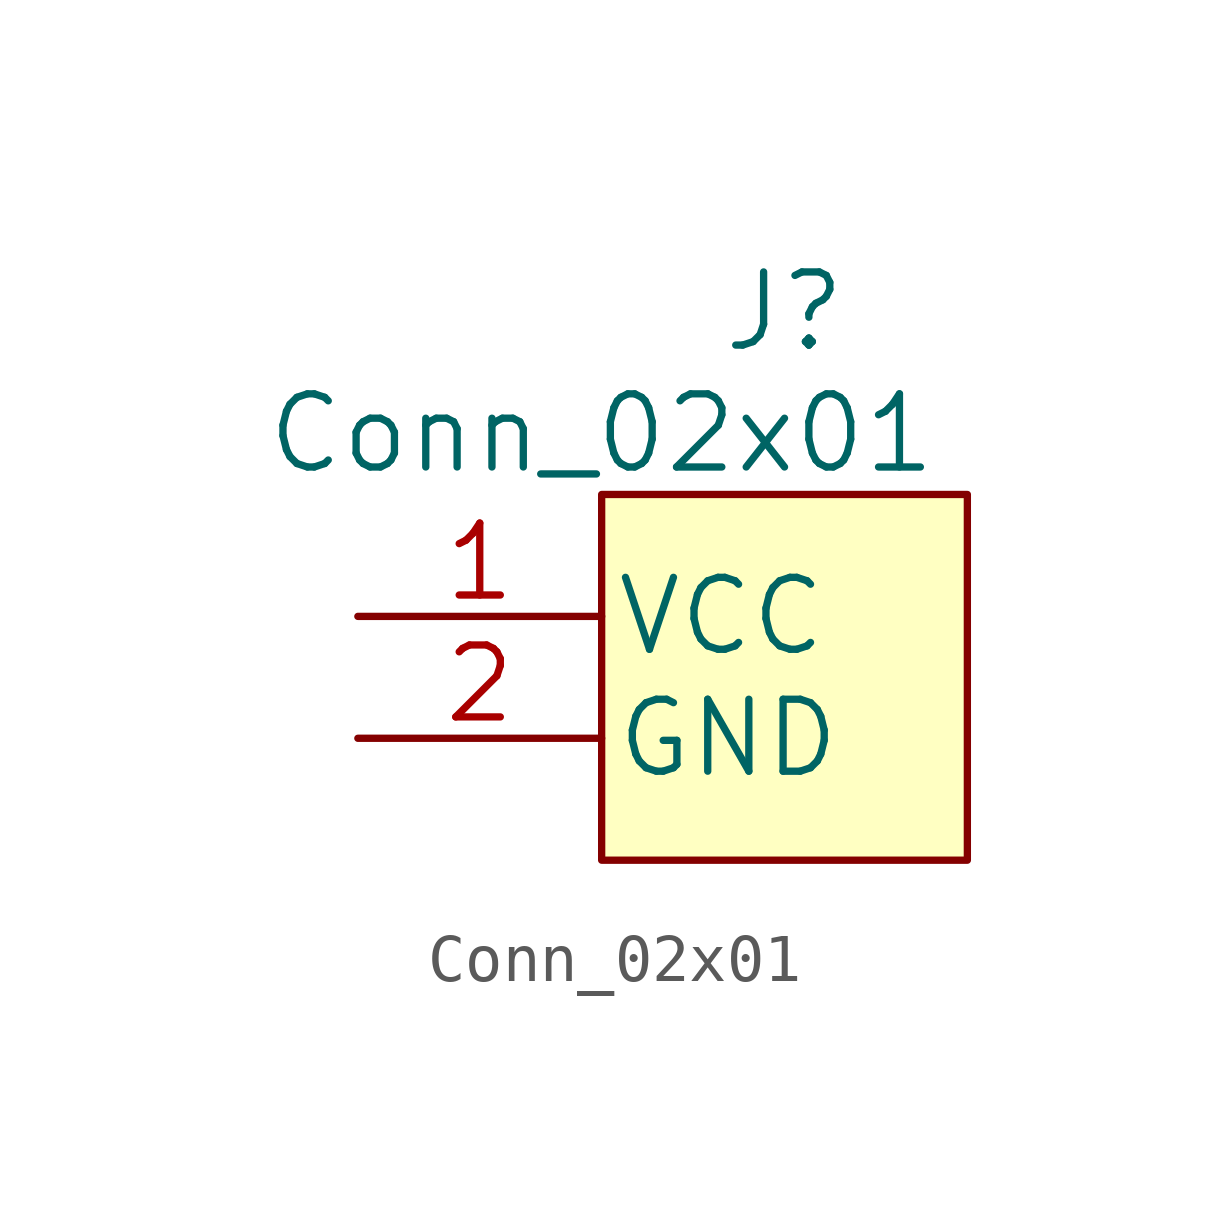
<source format=kicad_sym>
(kicad_symbol_lib
  (version 20211014)
  (generator kicad_symbol_editor)
  (symbol "Conn_02x01"
    (pin_names
      (offset 0.254))
    (property "Reference" "J"
      (at 8.89 6.35 0)
      (effects (font (size 1.524 1.524))))
    (property "Value" "Conn_02x01"
      (at 5.08 3.81 0)
      (effects (font (size 1.524 1.524))))
    (symbol "Conn_02x01_1_1"
      (rectangle (start 12.7 -5.08) (end 5.08 2.54) (stroke (width 0) (type default) (color 0 0 0 0)) (fill (type background)))
      (pin power_out line (at 0 0 0) (length 5.08) (name "VCC" (effects (font (size 1.499 1.499)))) (number "1" (effects (font (size 1.499 1.499)))))
      (pin power_out line (at 0 -2.54 0) (length 5.08) (name "GND" (effects (font (size 1.499 1.499)))) (number "2" (effects (font (size 1.499 1.499))))))))
</source>
